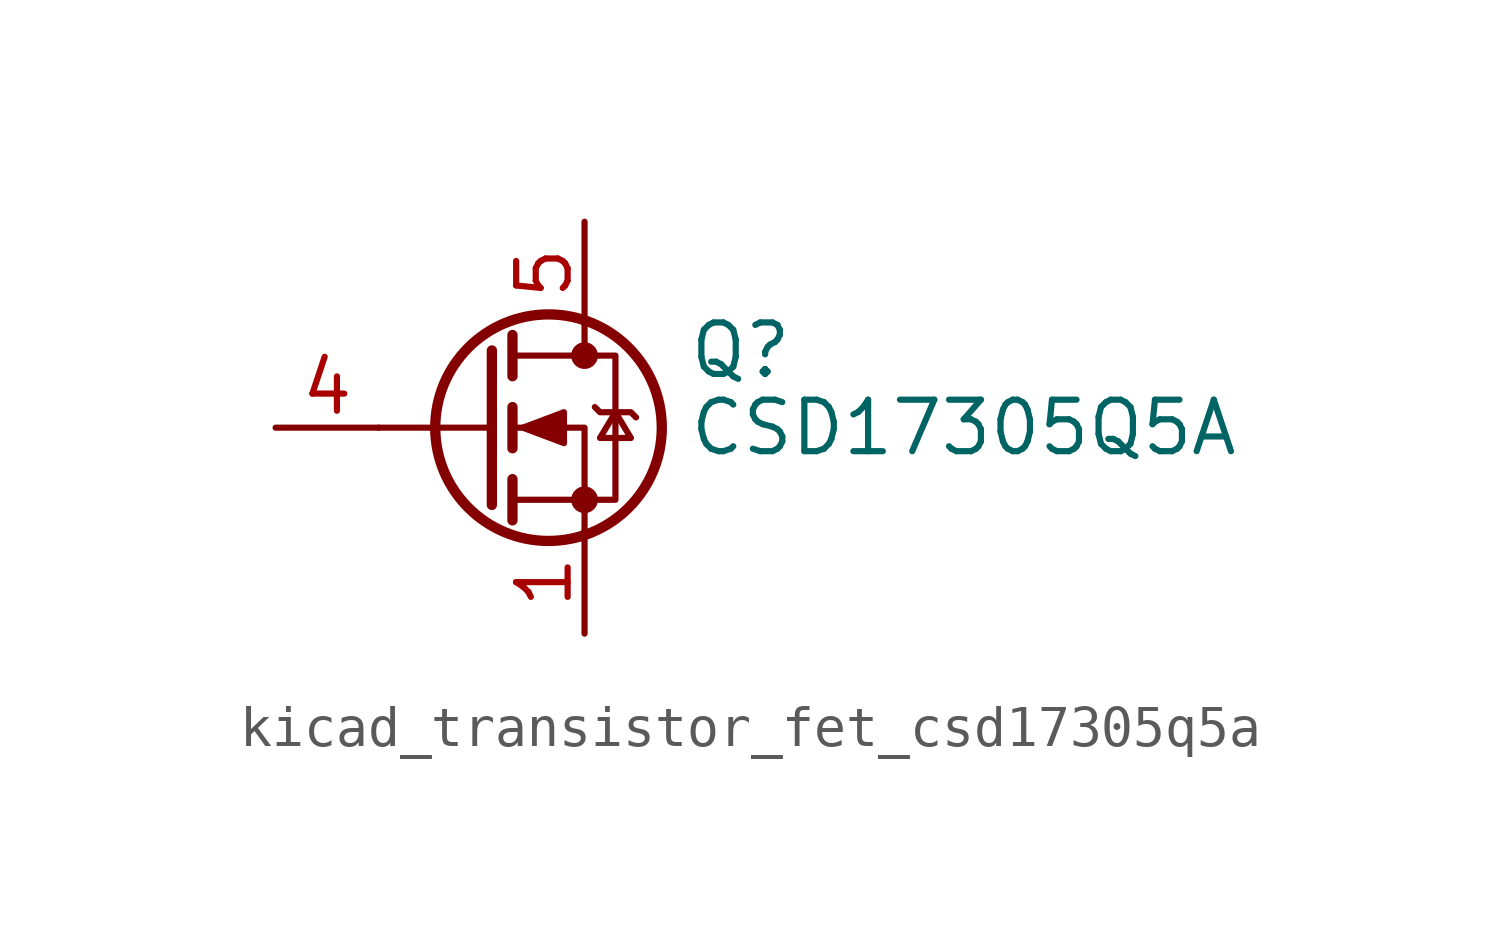
<source format=kicad_sym>
(kicad_symbol_lib
  (version 20220914)
  (generator kicad_symbol_editor)
  (symbol "kicad_transistor_fet_csd17305q5a"
    (pin_names hide)
    (property "Reference" "Q"
      (at 5.08 1.905 0)
      (effects (font (size 1.27 1.27)) (justify left)))
    (property "Value" "CSD17305Q5A"
      (at 5.08 0 0)
      (effects (font (size 1.27 1.27)) (justify left)))
    (symbol "kicad_transistor_fet_csd17305q5a_0_1"
      (polyline (pts (xy 0.254 0) (xy -2.54 0)) (stroke (width 0) (type default)) (fill (type none)))
      (polyline (pts (xy 0.254 1.905) (xy 0.254 -1.905)) (stroke (width 0.254) (type default)) (fill (type none)))
      (polyline (pts (xy 0.762 -1.27) (xy 0.762 -2.286)) (stroke (width 0.254) (type default)) (fill (type none)))
      (polyline (pts (xy 0.762 0.508) (xy 0.762 -0.508)) (stroke (width 0.254) (type default)) (fill (type none)))
      (polyline (pts (xy 0.762 2.286) (xy 0.762 1.27)) (stroke (width 0.254) (type default)) (fill (type none)))
      (polyline (pts (xy 2.54 2.54) (xy 2.54 1.778)) (stroke (width 0) (type default)) (fill (type none)))
      (polyline (pts (xy 2.54 -2.54) (xy 2.54 0) (xy 0.762 0)) (stroke (width 0) (type default)) (fill (type none)))
      (polyline (pts (xy 0.762 -1.778) (xy 3.302 -1.778) (xy 3.302 1.778) (xy 0.762 1.778)) (stroke (width 0) (type default)) (fill (type none)))
      (polyline (pts (xy 1.016 0) (xy 2.032 0.381) (xy 2.032 -0.381) (xy 1.016 0)) (stroke (width 0) (type default)) (fill (type outline)))
      (polyline (pts (xy 2.794 0.508) (xy 2.921 0.381) (xy 3.683 0.381) (xy 3.81 0.254)) (stroke (width 0) (type default)) (fill (type none)))
      (polyline (pts (xy 3.302 0.381) (xy 2.921 -0.254) (xy 3.683 -0.254) (xy 3.302 0.381)) (stroke (width 0) (type default)) (fill (type none)))
      (circle (center 1.651 0) (radius 2.794) (stroke (width 0.254) (type default)) (fill (type none)))
      (circle (center 2.54 -1.778) (radius 0.254) (stroke (width 0) (type default)) (fill (type outline)))
      (circle (center 2.54 1.778) (radius 0.254) (stroke (width 0) (type default)) (fill (type outline))))
    (symbol "kicad_transistor_fet_csd17305q5a_1_1"
      (pin passive line (at 2.54 -5.08 90) (length 2.54) (name "S" (effects (font (size 1.27 1.27)))) (number "1" (effects (font (size 1.27 1.27)))))
      (pin passive line (at 2.54 -5.08 90) (length 2.54) hide (name "S" (effects (font (size 1.27 1.27)))) (number "2" (effects (font (size 1.27 1.27)))))
      (pin passive line (at 2.54 -5.08 90) (length 2.54) hide (name "S" (effects (font (size 1.27 1.27)))) (number "3" (effects (font (size 1.27 1.27)))))
      (pin passive line (at -5.08 0 0) (length 2.54) (name "G" (effects (font (size 1.27 1.27)))) (number "4" (effects (font (size 1.27 1.27)))))
      (pin passive line (at 2.54 5.08 270) (length 2.54) (name "D" (effects (font (size 1.27 1.27)))) (number "5" (effects (font (size 1.27 1.27))))))))
</source>
